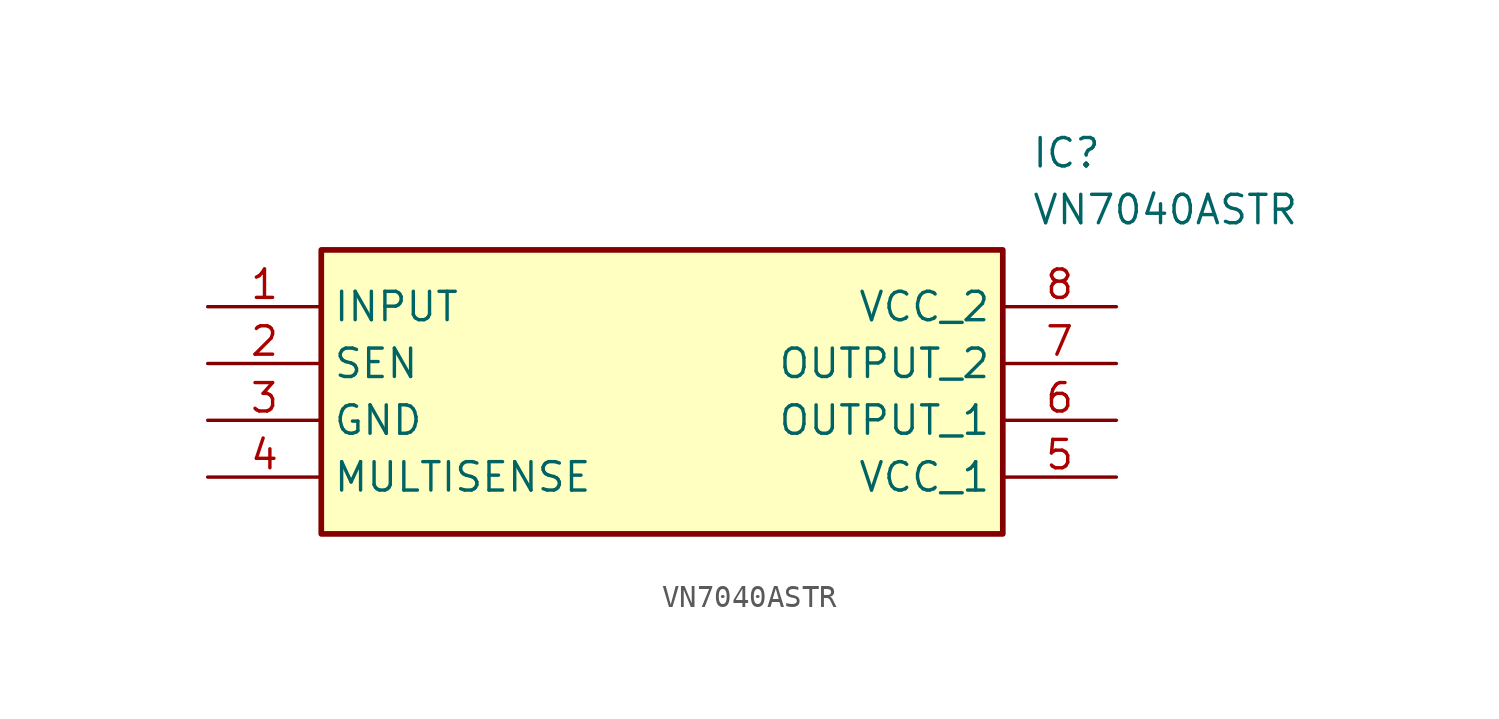
<source format=kicad_sym>
(kicad_symbol_lib
  (version 20211014)
  (generator SamacSys_ECAD_Model)
  (symbol "VN7040ASTR"
    (property "Reference" "IC"
      (at 36.83 7.62 0)
      (effects (font (size 1.27 1.27)) (justify left top)))
    (property "Value" "VN7040ASTR"
      (at 36.83 5.08 0)
      (effects (font (size 1.27 1.27)) (justify left top)))
    (rectangle
      (start 5.08 2.54)
      (end 35.56 -10.16)
      (stroke (width 0.254) (type default))
      (fill (type background)))
    (pin passive line
      (at 0 0 0)
      (length 5.08)
      (name "INPUT" (effects (font (size 1.27 1.27))))
      (number "1" (effects (font (size 1.27 1.27)))))
    (pin passive line
      (at 0 -2.54 0)
      (length 5.08)
      (name "SEN" (effects (font (size 1.27 1.27))))
      (number "2" (effects (font (size 1.27 1.27)))))
    (pin passive line
      (at 0 -5.08 0)
      (length 5.08)
      (name "GND" (effects (font (size 1.27 1.27))))
      (number "3" (effects (font (size 1.27 1.27)))))
    (pin passive line
      (at 0 -7.62 0)
      (length 5.08)
      (name "MULTISENSE" (effects (font (size 1.27 1.27))))
      (number "4" (effects (font (size 1.27 1.27)))))
    (pin passive line
      (at 40.64 0 180)
      (length 5.08)
      (name "VCC_2" (effects (font (size 1.27 1.27))))
      (number "8" (effects (font (size 1.27 1.27)))))
    (pin passive line
      (at 40.64 -2.54 180)
      (length 5.08)
      (name "OUTPUT_2" (effects (font (size 1.27 1.27))))
      (number "7" (effects (font (size 1.27 1.27)))))
    (pin passive line
      (at 40.64 -5.08 180)
      (length 5.08)
      (name "OUTPUT_1" (effects (font (size 1.27 1.27))))
      (number "6" (effects (font (size 1.27 1.27)))))
    (pin passive line
      (at 40.64 -7.62 180)
      (length 5.08)
      (name "VCC_1" (effects (font (size 1.27 1.27))))
      (number "5" (effects (font (size 1.27 1.27)))))))
</source>
